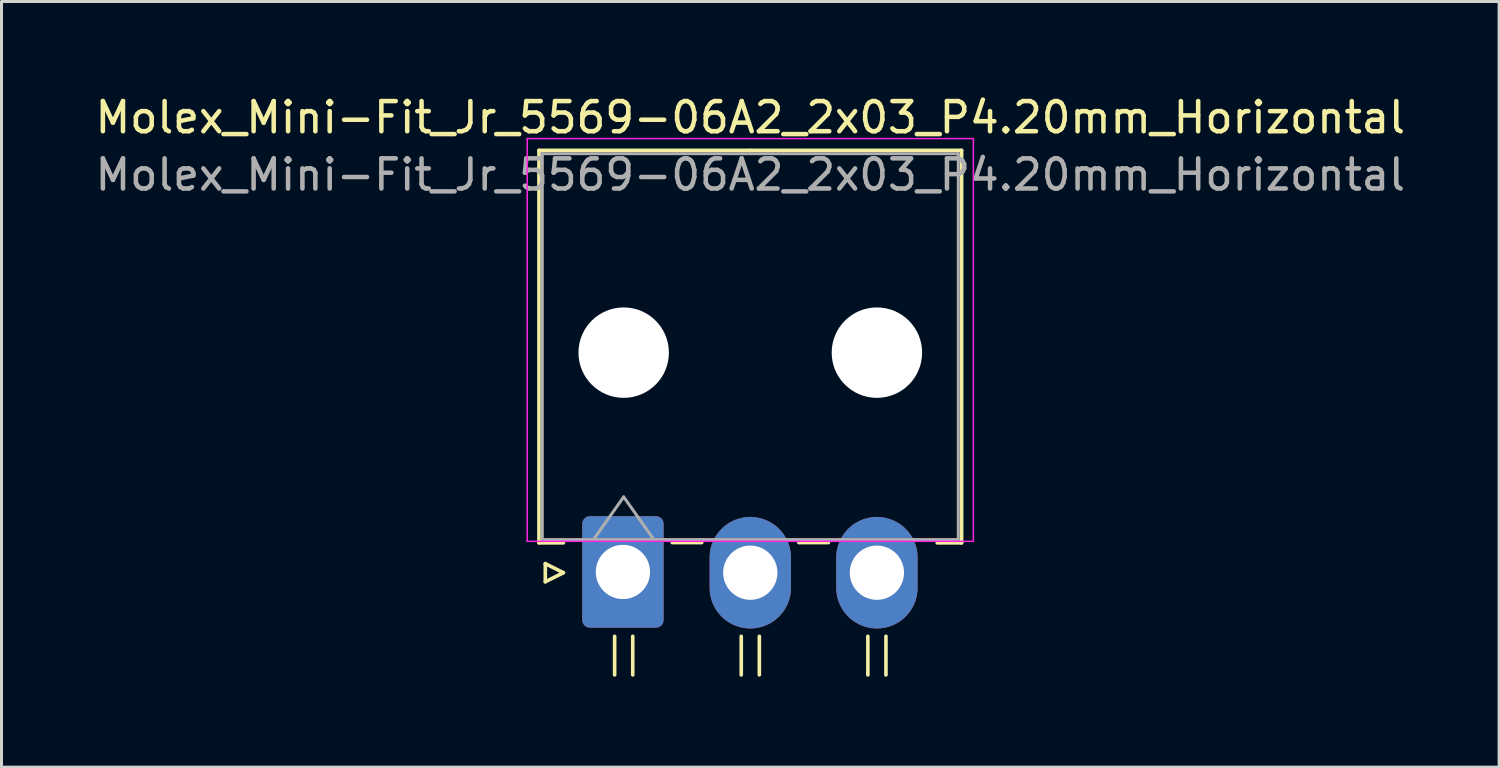
<source format=kicad_pcb>
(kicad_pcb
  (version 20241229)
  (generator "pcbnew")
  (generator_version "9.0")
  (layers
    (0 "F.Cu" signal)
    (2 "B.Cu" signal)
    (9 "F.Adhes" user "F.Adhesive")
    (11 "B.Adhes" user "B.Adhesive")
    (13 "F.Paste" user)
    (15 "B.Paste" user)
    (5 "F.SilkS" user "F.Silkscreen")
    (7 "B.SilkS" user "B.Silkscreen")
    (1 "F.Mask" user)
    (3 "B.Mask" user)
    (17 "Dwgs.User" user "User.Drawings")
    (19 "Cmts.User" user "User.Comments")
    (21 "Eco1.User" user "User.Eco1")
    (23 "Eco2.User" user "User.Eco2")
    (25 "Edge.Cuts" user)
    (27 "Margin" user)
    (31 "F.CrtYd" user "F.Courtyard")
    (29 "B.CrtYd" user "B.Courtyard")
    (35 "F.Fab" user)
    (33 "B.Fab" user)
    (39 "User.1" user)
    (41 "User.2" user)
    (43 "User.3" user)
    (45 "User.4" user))
  (footprint "Molex_Mini-Fit_Jr_5569-06A2_2x03_P4.20mm_Horizontal"
    (layer "F.Cu")
    (at 17.639 15.948)
    (property "Reference" "Molex_Mini-Fit_Jr_5569-06A2_2x03_P4.20mm_Horizontal" (at 4.2 -15.1 0) (layer "F.SilkS") (effects (font (size 1 1) (thickness 0.15))))
    (attr through_hole)
    (fp_line (start -2.81 -14.01) (end 4.2 -14.01) (stroke (width 0.12) (type solid)) (layer "F.SilkS"))
    (fp_line (start -2.81 -0.99) (end -2.81 -14.01) (stroke (width 0.12) (type solid)) (layer "F.SilkS"))
    (fp_line (start -2.6 -0.3) (end -2 0) (stroke (width 0.12) (type solid)) (layer "F.SilkS"))
    (fp_line (start -2.6 0.3) (end -2.6 -0.3) (stroke (width 0.12) (type solid)) (layer "F.SilkS"))
    (fp_line (start -2 -0.99) (end -2.81 -0.99) (stroke (width 0.12) (type solid)) (layer "F.SilkS"))
    (fp_line (start -2 0) (end -2.6 0.3) (stroke (width 0.12) (type solid)) (layer "F.SilkS"))
    (fp_line (start -0.3 2.11) (end -0.3 3.39) (stroke (width 0.12) (type solid)) (layer "F.SilkS"))
    (fp_line (start 0.3 2.11) (end 0.3 3.39) (stroke (width 0.12) (type solid)) (layer "F.SilkS"))
    (fp_line (start 1.61 -1) (end 2.59 -1) (stroke (width 0.12) (type solid)) (layer "F.SilkS"))
    (fp_line (start 3.9 2.11) (end 3.9 3.39) (stroke (width 0.12) (type solid)) (layer "F.SilkS"))
    (fp_line (start 4.5 2.11) (end 4.5 3.39) (stroke (width 0.12) (type solid)) (layer "F.SilkS"))
    (fp_line (start 5.81 -1) (end 6.79 -1) (stroke (width 0.12) (type solid)) (layer "F.SilkS"))
    (fp_line (start 8.1 2.11) (end 8.1 3.39) (stroke (width 0.12) (type solid)) (layer "F.SilkS"))
    (fp_line (start 8.7 2.11) (end 8.7 3.39) (stroke (width 0.12) (type solid)) (layer "F.SilkS"))
    (fp_line (start 10.4 -0.99) (end 11.21 -0.99) (stroke (width 0.12) (type solid)) (layer "F.SilkS"))
    (fp_line (start 11.21 -14.01) (end 4.2 -14.01) (stroke (width 0.12) (type solid)) (layer "F.SilkS"))
    (fp_line (start 11.21 -0.99) (end 11.21 -14.01) (stroke (width 0.12) (type solid)) (layer "F.SilkS"))
    (fp_line (start -3.2 -14.4) (end -3.2 -1.041) (stroke (width 0.05) (type solid)) (layer "F.CrtYd"))
    (fp_line (start -3.2 -1.041) (end 11.6 -1.041) (stroke (width 0.05) (type solid)) (layer "F.CrtYd"))
    (fp_line (start 11.6 -14.4) (end -3.2 -14.4) (stroke (width 0.05) (type solid)) (layer "F.CrtYd"))
    (fp_line (start 11.6 -1.041) (end 11.6 -14.4) (stroke (width 0.05) (type solid)) (layer "F.CrtYd"))
    (fp_line (start -2.7 -13.9) (end -2.7 -1.1) (stroke (width 0.1) (type solid)) (layer "F.Fab"))
    (fp_line (start -2.7 -1.1) (end 11.1 -1.1) (stroke (width 0.1) (type solid)) (layer "F.Fab"))
    (fp_line (start -1 -1.1) (end 0 -2.514) (stroke (width 0.1) (type solid)) (layer "F.Fab"))
    (fp_line (start 0 -2.514) (end 1 -1.1) (stroke (width 0.1) (type solid)) (layer "F.Fab"))
    (fp_line (start 11.1 -13.9) (end -2.7 -13.9) (stroke (width 0.1) (type solid)) (layer "F.Fab"))
    (fp_line (start 11.1 -1.1) (end 11.1 -13.9) (stroke (width 0.1) (type solid)) (layer "F.Fab"))
    (fp_text user "${REFERENCE}" (at 4.2 -13.2 0) (layer "F.Fab") (effects (font (size 1 1) (thickness 0.15))))
    (pad "" np_thru_hole circle (at 0 -7.3) (size 3 3) (drill 3) (layers "*.Cu" "*.Mask"))
    (pad "" np_thru_hole circle (at 8.4 -7.3) (size 3 3) (drill 3) (layers "*.Cu" "*.Mask"))
    (pad "1" thru_hole roundrect (at -0.025 -0.025) (size 2.7 3.7) (drill 1.8) (layers "*.Cu" "*.Mask") (roundrect_rratio 0.093))
    (pad "2" thru_hole oval (at 4.2 0) (size 2.7 3.7) (drill 1.8) (layers "*.Cu" "*.Mask"))
    (pad "3" thru_hole oval (at 8.4 0) (size 2.7 3.7) (drill 1.8) (layers "*.Cu" "*.Mask")))
  (gr_rect
    (start -3 -3)
    (end 46.679 22.398)
    (stroke (width 0.1) (type default))
    (fill no)
    (layer "Edge.Cuts")))
</source>
